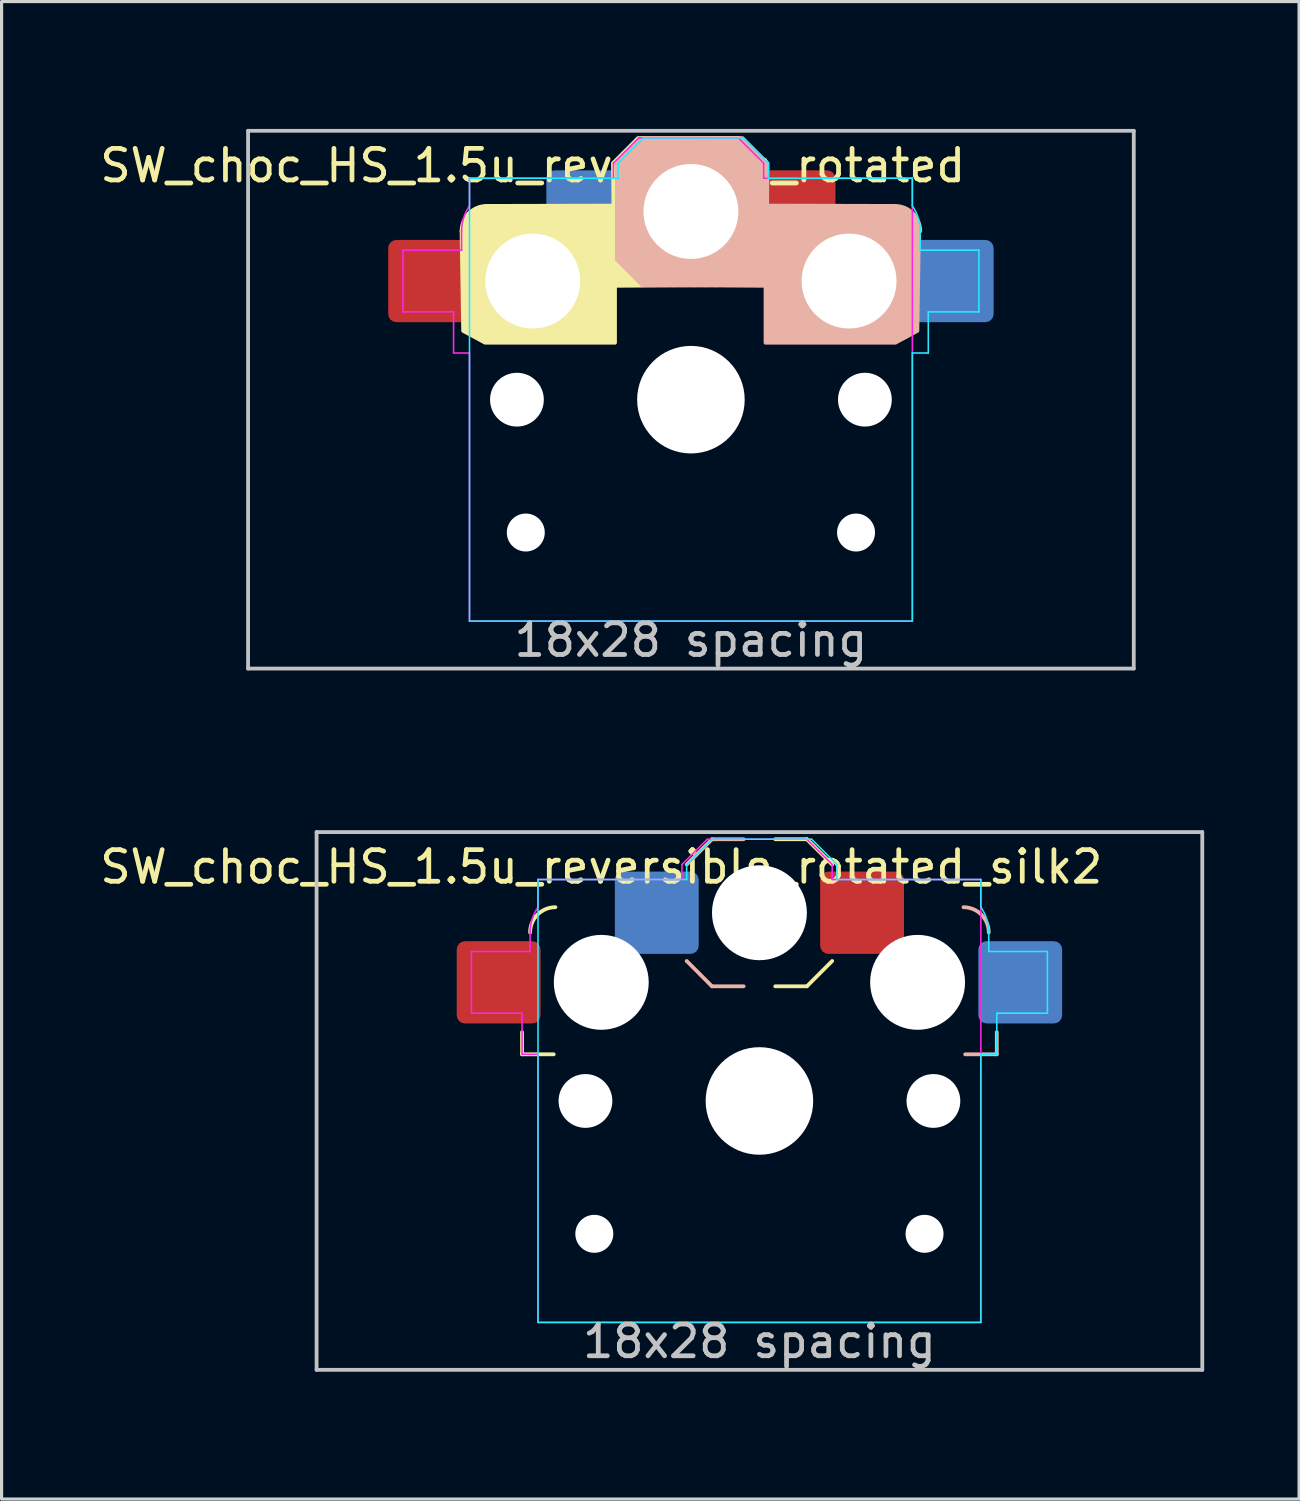
<source format=kicad_pcb>
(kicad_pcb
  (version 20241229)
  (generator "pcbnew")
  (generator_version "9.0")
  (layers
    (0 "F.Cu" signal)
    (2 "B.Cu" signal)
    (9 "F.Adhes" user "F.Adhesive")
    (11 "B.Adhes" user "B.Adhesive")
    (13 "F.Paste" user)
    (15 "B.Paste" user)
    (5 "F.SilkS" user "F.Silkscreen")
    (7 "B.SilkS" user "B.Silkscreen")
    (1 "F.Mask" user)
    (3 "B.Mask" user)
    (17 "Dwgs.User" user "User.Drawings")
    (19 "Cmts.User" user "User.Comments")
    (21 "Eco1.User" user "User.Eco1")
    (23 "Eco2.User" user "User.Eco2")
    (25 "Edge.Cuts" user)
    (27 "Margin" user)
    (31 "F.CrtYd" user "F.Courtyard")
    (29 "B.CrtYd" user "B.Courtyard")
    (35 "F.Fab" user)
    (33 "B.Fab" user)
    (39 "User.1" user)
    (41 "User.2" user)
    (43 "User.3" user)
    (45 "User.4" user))
  (footprint "SW_choc_HS_1.5u_reversible_rotated"
    (layer "F.Cu")
    (at 18.792 9.585)
    (property "Reference" "SW_choc_HS_1.5u_reversible_rotated" (at -5 -7.4 0) (layer "F.SilkS") (effects (font (size 1 1) (thickness 0.15))))
    (attr smd)
    (fp_line (start 1.5 -8.275) (end 0.5 -8.275) (stroke (width 0.12) (type solid)) (layer "F.SilkS"))
    (fp_line (start 1.5 -3.625) (end 0.5 -3.625) (stroke (width 0.12) (type solid)) (layer "F.SilkS"))
    (fp_line (start 1.5 -3.625) (end 2.3 -4.425) (stroke (width 0.12) (type solid)) (layer "F.SilkS"))
    (fp_line (start 2.3 -7.475) (end 1.5 -8.275) (stroke (width 0.12) (type solid)) (layer "F.SilkS"))
    (fp_arc (start -7.25 -5.325) (mid -7.015685 -5.890685) (end -6.45 -6.125) (stroke (width 0.12) (type solid)) (layer "F.SilkS"))
    (fp_poly (pts (xy 2.3 -7.475) (xy 2.3 -4.425) (xy 1.5 -3.625) (xy -2.4 -3.6) (xy -2.4 -1.8) (xy -6.504 -1.8) (xy -7.2 -2.175) (xy -7.25 -5.325) (xy -7.016 -5.891) (xy -6.45 -6.125) (xy -2.45 -6.135) (xy -2.456 -7) (xy -2.464 -7.475) (xy -1.669 -8.27) (xy 0.5 -8.275) (xy 1.5 -8.275)) (stroke (width 0.12) (type solid)) (fill yes) (layer "F.SilkS"))
    (fp_line (start -2.3 -7.475) (end -1.5 -8.275) (stroke (width 0.12) (type solid)) (layer "B.SilkS"))
    (fp_line (start -1.5 -8.275) (end -0.5 -8.275) (stroke (width 0.12) (type solid)) (layer "B.SilkS"))
    (fp_line (start -1.5 -3.625) (end -2.3 -4.425) (stroke (width 0.12) (type solid)) (layer "B.SilkS"))
    (fp_line (start -1.5 -3.625) (end -0.5 -3.625) (stroke (width 0.12) (type solid)) (layer "B.SilkS"))
    (fp_arc (start 6.45 -6.125) (mid 7.015685 -5.890685) (end 7.25 -5.325) (stroke (width 0.12) (type solid)) (layer "B.SilkS"))
    (fp_poly (pts (xy -2.341 -7.475) (xy -2.341 -4.425) (xy -1.541 -3.625) (xy 2.359 -3.6) (xy 2.359 -1.8) (xy 6.463 -1.8) (xy 7.159 -2.175) (xy 7.209 -5.325) (xy 6.975 -5.891) (xy 6.409 -6.125) (xy 2.409 -6.135) (xy 2.415 -7) (xy 2.423 -7.475) (xy 1.628 -8.27) (xy -0.541 -8.275) (xy -1.541 -8.275)) (stroke (width 0.12) (type solid)) (fill yes) (layer "B.SilkS"))
    (fp_line (start -14 -8.5) (end -14 8.5) (stroke (width 0.12) (type solid)) (layer "Dwgs.User"))
    (fp_line (start -14 8.5) (end 14 8.5) (stroke (width 0.12) (type solid)) (layer "Dwgs.User"))
    (fp_line (start 14 -8.5) (end -14 -8.5) (stroke (width 0.12) (type solid)) (layer "Dwgs.User"))
    (fp_line (start 14 8.5) (end 14 -8.5) (stroke (width 0.12) (type solid)) (layer "Dwgs.User"))
    (fp_line (start -14 -9.525) (end 14 -9.525) (stroke (width 0.12) (type solid)) (layer "Eco1.User"))
    (fp_line (start -14 9.525) (end -14 -9.525) (stroke (width 0.12) (type solid)) (layer "Eco1.User"))
    (fp_line (start 14 -9.525) (end 14 9.525) (stroke (width 0.12) (type solid)) (layer "Eco1.User"))
    (fp_line (start 14 9.525) (end -14 9.525) (stroke (width 0.12) (type solid)) (layer "Eco1.User"))
    (fp_line (start -6.95 -6.45) (end -6.95 6.45) (stroke (width 0.05) (type solid)) (layer "Eco2.User"))
    (fp_line (start -6.45 6.95) (end 6.45 6.95) (stroke (width 0.05) (type solid)) (layer "Eco2.User"))
    (fp_line (start 6.45 -6.95) (end -6.45 -6.95) (stroke (width 0.05) (type solid)) (layer "Eco2.User"))
    (fp_line (start 6.95 6.45) (end 6.95 -6.45) (stroke (width 0.05) (type solid)) (layer "Eco2.User"))
    (fp_arc (start -6.95 -6.45) (mid -6.803553 -6.803553) (end -6.45 -6.95) (stroke (width 0.05) (type solid)) (layer "Eco2.User"))
    (fp_arc (start -6.45 6.95) (mid -6.803553 6.803553) (end -6.95 6.45) (stroke (width 0.05) (type solid)) (layer "Eco2.User"))
    (fp_arc (start 6.45 -6.95) (mid 6.803553 -6.803553) (end 6.95 -6.45) (stroke (width 0.05) (type solid)) (layer "Eco2.User"))
    (fp_arc (start 6.95 6.45) (mid 6.803553 6.803553) (end 6.45 6.95) (stroke (width 0.05) (type solid)) (layer "Eco2.User"))
    (fp_line (start -7 -7) (end -7 7) (stroke (width 0.05) (type solid)) (layer "B.CrtYd"))
    (fp_line (start -7 7) (end 7 7) (stroke (width 0.05) (type solid)) (layer "B.CrtYd"))
    (fp_line (start -2.3 -7.475) (end -2.3 -7) (stroke (width 0.05) (type solid)) (layer "B.CrtYd"))
    (fp_line (start -2.3 -7.475) (end -1.5 -8.275) (stroke (width 0.05) (type solid)) (layer "B.CrtYd"))
    (fp_line (start -2.3 -7) (end -7 -7) (stroke (width 0.05) (type solid)) (layer "B.CrtYd"))
    (fp_line (start -1.5 -8.275) (end 1.65 -8.275) (stroke (width 0.05) (type solid)) (layer "B.CrtYd"))
    (fp_line (start 2.45 -7.475) (end 1.65 -8.275) (stroke (width 0.05) (type solid)) (layer "B.CrtYd"))
    (fp_line (start 2.45 -7.475) (end 2.45 -7) (stroke (width 0.05) (type solid)) (layer "B.CrtYd"))
    (fp_line (start 7 -7) (end 2.45 -7) (stroke (width 0.05) (type solid)) (layer "B.CrtYd"))
    (fp_line (start 7 -6.125) (end 7 -7) (stroke (width 0.05) (type solid)) (layer "B.CrtYd"))
    (fp_line (start 7 7) (end 7 -1.475) (stroke (width 0.05) (type solid)) (layer "B.CrtYd"))
    (fp_line (start 7.25 -5.325) (end 7.25 -4.725) (stroke (width 0.05) (type solid)) (layer "B.CrtYd"))
    (fp_line (start 7.25 -4.725) (end 9.104 -4.725) (stroke (width 0.05) (type solid)) (layer "B.CrtYd"))
    (fp_line (start 7.504 -1.475) (end 7 -1.475) (stroke (width 0.05) (type solid)) (layer "B.CrtYd"))
    (fp_line (start 7.504 -1.475) (end 7.504 -2.775) (stroke (width 0.05) (type solid)) (layer "B.CrtYd"))
    (fp_line (start 9.104 -4.725) (end 9.104 -2.775) (stroke (width 0.05) (type solid)) (layer "B.CrtYd"))
    (fp_line (start 9.104 -2.775) (end 7.504 -2.775) (stroke (width 0.05) (type solid)) (layer "B.CrtYd"))
    (fp_arc (start 7 -6.125) (mid 7.186044 -5.744076) (end 7.25 -5.325) (stroke (width 0.05) (type solid)) (layer "B.CrtYd"))
    (fp_line (start -9.104 -4.725) (end -9.104 -2.775) (stroke (width 0.05) (type solid)) (layer "F.CrtYd"))
    (fp_line (start -9.104 -2.775) (end -7.504 -2.775) (stroke (width 0.05) (type solid)) (layer "F.CrtYd"))
    (fp_line (start -7.504 -1.475) (end -7.504 -2.775) (stroke (width 0.05) (type solid)) (layer "F.CrtYd"))
    (fp_line (start -7.504 -1.475) (end -7 -1.475) (stroke (width 0.05) (type solid)) (layer "F.CrtYd"))
    (fp_line (start -7.25 -5.325) (end -7.25 -4.725) (stroke (width 0.05) (type solid)) (layer "F.CrtYd"))
    (fp_line (start -7.25 -4.725) (end -9.104 -4.725) (stroke (width 0.05) (type solid)) (layer "F.CrtYd"))
    (fp_line (start -7 -7) (end -2.45 -7) (stroke (width 0.05) (type solid)) (layer "F.CrtYd"))
    (fp_line (start -7 -6.125) (end -7 -7) (stroke (width 0.05) (type solid)) (layer "F.CrtYd"))
    (fp_line (start -7 7) (end -7 -1.475) (stroke (width 0.05) (type solid)) (layer "F.CrtYd"))
    (fp_line (start -2.45 -7.475) (end -2.45 -7) (stroke (width 0.05) (type solid)) (layer "F.CrtYd"))
    (fp_line (start -2.45 -7.475) (end -1.65 -8.275) (stroke (width 0.05) (type solid)) (layer "F.CrtYd"))
    (fp_line (start 1.5 -8.275) (end -1.65 -8.275) (stroke (width 0.05) (type solid)) (layer "F.CrtYd"))
    (fp_line (start 2.3 -7.475) (end 1.5 -8.275) (stroke (width 0.05) (type solid)) (layer "F.CrtYd"))
    (fp_line (start 2.3 -7.475) (end 2.3 -7) (stroke (width 0.05) (type solid)) (layer "F.CrtYd"))
    (fp_line (start 2.3 -7) (end 7 -7) (stroke (width 0.05) (type solid)) (layer "F.CrtYd"))
    (fp_line (start 7 -7) (end 7 7) (stroke (width 0.05) (type solid)) (layer "F.CrtYd"))
    (fp_line (start 7 7) (end -7 7) (stroke (width 0.05) (type solid)) (layer "F.CrtYd"))
    (fp_arc (start -7.25 -5.325) (mid -7.186044 -5.744076) (end -7 -6.125) (stroke (width 0.05) (type solid)) (layer "F.CrtYd"))
    (fp_text user "18x28 spacing" (at 0 7.6 0) (layer "Dwgs.User") (effects (font (size 1 1) (thickness 0.15))))
    (fp_text user "19.05 spacing" (at 0 8.7 0) (layer "Eco1.User") (effects (font (size 1 1) (thickness 0.15))))
    (pad "" np_thru_hole circle (at -5.5 0) (size 1.7 1.7) (drill 1.7) (layers "*.Cu" "*.Mask"))
    (pad "" np_thru_hole circle (at -5.22 4.2) (size 1.2 1.2) (drill 1.2) (layers "*.Cu" "*.Mask"))
    (pad "" np_thru_hole circle (at -5 -3.75 180) (size 3 3) (drill 3) (layers "*.Cu" "*.Mask"))
    (pad "" np_thru_hole circle (at 0 -5.95 180) (size 3 3) (drill 3) (layers "*.Cu" "*.Mask"))
    (pad "" np_thru_hole circle (at 0 0) (size 3.4 3.4) (drill 3.4) (layers "*.Cu" "*.Mask"))
    (pad "" np_thru_hole circle (at 5 -3.75 180) (size 3 3) (drill 3) (layers "*.Cu" "*.Mask"))
    (pad "" np_thru_hole circle (at 5.22 4.2) (size 1.2 1.2) (drill 1.2) (layers "*.Cu" "*.Mask"))
    (pad "" np_thru_hole circle (at 5.5 0) (size 1.7 1.7) (drill 1.7) (layers "*.Cu" "*.Mask"))
    (pad "1" smd roundrect (at -8.245 -3.75 180) (size 2.65 2.6) (layers "F.Cu" "F.Mask" "F.Paste") (roundrect_rratio 0.1))
    (pad "1" smd roundrect (at 8.245 -3.75 180) (size 2.65 2.6) (layers "B.Cu" "B.Mask" "B.Paste") (roundrect_rratio 0.1))
    (pad "2" smd roundrect (at -3.245 -5.95 180) (size 2.65 2.6) (layers "B.Cu" "B.Mask" "B.Paste") (roundrect_rratio 0.1))
    (pad "2" smd roundrect (at 3.245 -5.95 180) (size 2.65 2.6) (layers "F.Cu" "F.Mask" "F.Paste") (roundrect_rratio 0.1)))
  (footprint "SW_choc_HS_1.5u_reversible_rotated_silk2"
    (layer "F.Cu")
    (at 20.958 31.755)
    (property "Reference" "SW_choc_HS_1.5u_reversible_rotated_silk2" (at -5 -7.4 0) (layer "F.SilkS") (effects (font (size 1 1) (thickness 0.15))))
    (attr smd)
    (fp_line (start -7.504 -1.475) (end -7.504 -2.175) (stroke (width 0.12) (type solid)) (layer "F.SilkS"))
    (fp_line (start -7.504 -1.475) (end -6.504 -1.475) (stroke (width 0.12) (type solid)) (layer "F.SilkS"))
    (fp_line (start 1.5 -8.275) (end 0.5 -8.275) (stroke (width 0.12) (type solid)) (layer "F.SilkS"))
    (fp_line (start 1.5 -3.625) (end 0.5 -3.625) (stroke (width 0.12) (type solid)) (layer "F.SilkS"))
    (fp_line (start 1.5 -3.625) (end 2.3 -4.425) (stroke (width 0.12) (type solid)) (layer "F.SilkS"))
    (fp_line (start 2.3 -7.475) (end 1.5 -8.275) (stroke (width 0.12) (type solid)) (layer "F.SilkS"))
    (fp_arc (start -7.25 -5.325) (mid -7.015685 -5.890685) (end -6.45 -6.125) (stroke (width 0.12) (type solid)) (layer "F.SilkS"))
    (fp_line (start -2.3 -7.475) (end -1.5 -8.275) (stroke (width 0.12) (type solid)) (layer "B.SilkS"))
    (fp_line (start -1.5 -8.275) (end -0.5 -8.275) (stroke (width 0.12) (type solid)) (layer "B.SilkS"))
    (fp_line (start -1.5 -3.625) (end -2.3 -4.425) (stroke (width 0.12) (type solid)) (layer "B.SilkS"))
    (fp_line (start -1.5 -3.625) (end -0.5 -3.625) (stroke (width 0.12) (type solid)) (layer "B.SilkS"))
    (fp_line (start 7.504 -1.475) (end 6.504 -1.475) (stroke (width 0.12) (type solid)) (layer "B.SilkS"))
    (fp_line (start 7.504 -1.475) (end 7.504 -2.175) (stroke (width 0.12) (type solid)) (layer "B.SilkS"))
    (fp_arc (start 6.45 -6.125) (mid 7.015685 -5.890685) (end 7.25 -5.325) (stroke (width 0.12) (type solid)) (layer "B.SilkS"))
    (fp_line (start -14 -8.5) (end -14 8.5) (stroke (width 0.12) (type solid)) (layer "Dwgs.User"))
    (fp_line (start -14 8.5) (end 14 8.5) (stroke (width 0.12) (type solid)) (layer "Dwgs.User"))
    (fp_line (start 14 -8.5) (end -14 -8.5) (stroke (width 0.12) (type solid)) (layer "Dwgs.User"))
    (fp_line (start 14 8.5) (end 14 -8.5) (stroke (width 0.12) (type solid)) (layer "Dwgs.User"))
    (fp_line (start -14 -9.525) (end 14 -9.525) (stroke (width 0.12) (type solid)) (layer "Eco1.User"))
    (fp_line (start -14 9.525) (end -14 -9.525) (stroke (width 0.12) (type solid)) (layer "Eco1.User"))
    (fp_line (start 14 -9.525) (end 14 9.525) (stroke (width 0.12) (type solid)) (layer "Eco1.User"))
    (fp_line (start 14 9.525) (end -14 9.525) (stroke (width 0.12) (type solid)) (layer "Eco1.User"))
    (fp_line (start -6.95 -6.45) (end -6.95 6.45) (stroke (width 0.05) (type solid)) (layer "Eco2.User"))
    (fp_line (start -6.45 6.95) (end 6.45 6.95) (stroke (width 0.05) (type solid)) (layer "Eco2.User"))
    (fp_line (start 6.45 -6.95) (end -6.45 -6.95) (stroke (width 0.05) (type solid)) (layer "Eco2.User"))
    (fp_line (start 6.95 6.45) (end 6.95 -6.45) (stroke (width 0.05) (type solid)) (layer "Eco2.User"))
    (fp_arc (start -6.95 -6.45) (mid -6.803553 -6.803553) (end -6.45 -6.95) (stroke (width 0.05) (type solid)) (layer "Eco2.User"))
    (fp_arc (start -6.45 6.95) (mid -6.803553 6.803553) (end -6.95 6.45) (stroke (width 0.05) (type solid)) (layer "Eco2.User"))
    (fp_arc (start 6.45 -6.95) (mid 6.803553 -6.803553) (end 6.95 -6.45) (stroke (width 0.05) (type solid)) (layer "Eco2.User"))
    (fp_arc (start 6.95 6.45) (mid 6.803553 6.803553) (end 6.45 6.95) (stroke (width 0.05) (type solid)) (layer "Eco2.User"))
    (fp_line (start -7 -7) (end -7 7) (stroke (width 0.05) (type solid)) (layer "B.CrtYd"))
    (fp_line (start -7 7) (end 7 7) (stroke (width 0.05) (type solid)) (layer "B.CrtYd"))
    (fp_line (start -2.3 -7.475) (end -2.3 -7) (stroke (width 0.05) (type solid)) (layer "B.CrtYd"))
    (fp_line (start -2.3 -7.475) (end -1.5 -8.275) (stroke (width 0.05) (type solid)) (layer "B.CrtYd"))
    (fp_line (start -2.3 -7) (end -7 -7) (stroke (width 0.05) (type solid)) (layer "B.CrtYd"))
    (fp_line (start -1.5 -8.275) (end 1.65 -8.275) (stroke (width 0.05) (type solid)) (layer "B.CrtYd"))
    (fp_line (start 2.45 -7.475) (end 1.65 -8.275) (stroke (width 0.05) (type solid)) (layer "B.CrtYd"))
    (fp_line (start 2.45 -7.475) (end 2.45 -7) (stroke (width 0.05) (type solid)) (layer "B.CrtYd"))
    (fp_line (start 7 -7) (end 2.45 -7) (stroke (width 0.05) (type solid)) (layer "B.CrtYd"))
    (fp_line (start 7 -6.125) (end 7 -7) (stroke (width 0.05) (type solid)) (layer "B.CrtYd"))
    (fp_line (start 7 7) (end 7 -1.475) (stroke (width 0.05) (type solid)) (layer "B.CrtYd"))
    (fp_line (start 7.25 -5.325) (end 7.25 -4.725) (stroke (width 0.05) (type solid)) (layer "B.CrtYd"))
    (fp_line (start 7.25 -4.725) (end 9.104 -4.725) (stroke (width 0.05) (type solid)) (layer "B.CrtYd"))
    (fp_line (start 7.504 -1.475) (end 7 -1.475) (stroke (width 0.05) (type solid)) (layer "B.CrtYd"))
    (fp_line (start 7.504 -1.475) (end 7.504 -2.775) (stroke (width 0.05) (type solid)) (layer "B.CrtYd"))
    (fp_line (start 9.104 -4.725) (end 9.104 -2.775) (stroke (width 0.05) (type solid)) (layer "B.CrtYd"))
    (fp_line (start 9.104 -2.775) (end 7.504 -2.775) (stroke (width 0.05) (type solid)) (layer "B.CrtYd"))
    (fp_arc (start 7 -6.125) (mid 7.186044 -5.744076) (end 7.25 -5.325) (stroke (width 0.05) (type solid)) (layer "B.CrtYd"))
    (fp_line (start -9.104 -4.725) (end -9.104 -2.775) (stroke (width 0.05) (type solid)) (layer "F.CrtYd"))
    (fp_line (start -9.104 -2.775) (end -7.504 -2.775) (stroke (width 0.05) (type solid)) (layer "F.CrtYd"))
    (fp_line (start -7.504 -1.475) (end -7.504 -2.775) (stroke (width 0.05) (type solid)) (layer "F.CrtYd"))
    (fp_line (start -7.504 -1.475) (end -7 -1.475) (stroke (width 0.05) (type solid)) (layer "F.CrtYd"))
    (fp_line (start -7.25 -5.325) (end -7.25 -4.725) (stroke (width 0.05) (type solid)) (layer "F.CrtYd"))
    (fp_line (start -7.25 -4.725) (end -9.104 -4.725) (stroke (width 0.05) (type solid)) (layer "F.CrtYd"))
    (fp_line (start -7 -7) (end -2.45 -7) (stroke (width 0.05) (type solid)) (layer "F.CrtYd"))
    (fp_line (start -7 -6.125) (end -7 -7) (stroke (width 0.05) (type solid)) (layer "F.CrtYd"))
    (fp_line (start -7 7) (end -7 -1.475) (stroke (width 0.05) (type solid)) (layer "F.CrtYd"))
    (fp_line (start -2.45 -7.475) (end -2.45 -7) (stroke (width 0.05) (type solid)) (layer "F.CrtYd"))
    (fp_line (start -2.45 -7.475) (end -1.65 -8.275) (stroke (width 0.05) (type solid)) (layer "F.CrtYd"))
    (fp_line (start 1.5 -8.275) (end -1.65 -8.275) (stroke (width 0.05) (type solid)) (layer "F.CrtYd"))
    (fp_line (start 2.3 -7.475) (end 1.5 -8.275) (stroke (width 0.05) (type solid)) (layer "F.CrtYd"))
    (fp_line (start 2.3 -7.475) (end 2.3 -7) (stroke (width 0.05) (type solid)) (layer "F.CrtYd"))
    (fp_line (start 2.3 -7) (end 7 -7) (stroke (width 0.05) (type solid)) (layer "F.CrtYd"))
    (fp_line (start 7 -7) (end 7 7) (stroke (width 0.05) (type solid)) (layer "F.CrtYd"))
    (fp_line (start 7 7) (end -7 7) (stroke (width 0.05) (type solid)) (layer "F.CrtYd"))
    (fp_arc (start -7.25 -5.325) (mid -7.186044 -5.744076) (end -7 -6.125) (stroke (width 0.05) (type solid)) (layer "F.CrtYd"))
    (fp_text user "18x28 spacing" (at 0 7.6 0) (layer "Dwgs.User") (effects (font (size 1 1) (thickness 0.15))))
    (fp_text user "19.05 spacing" (at 0 8.7 0) (layer "Eco1.User") (effects (font (size 1 1) (thickness 0.15))))
    (pad "" np_thru_hole circle (at -5.5 0) (size 1.7 1.7) (drill 1.7) (layers "*.Cu" "*.Mask"))
    (pad "" np_thru_hole circle (at -5.22 4.2) (size 1.2 1.2) (drill 1.2) (layers "*.Cu" "*.Mask"))
    (pad "" np_thru_hole circle (at -5 -3.75 180) (size 3 3) (drill 3) (layers "*.Cu" "*.Mask"))
    (pad "" np_thru_hole circle (at 0 -5.95 180) (size 3 3) (drill 3) (layers "*.Cu" "*.Mask"))
    (pad "" np_thru_hole circle (at 0 0) (size 3.4 3.4) (drill 3.4) (layers "*.Cu" "*.Mask"))
    (pad "" np_thru_hole circle (at 5 -3.75 180) (size 3 3) (drill 3) (layers "*.Cu" "*.Mask"))
    (pad "" np_thru_hole circle (at 5.22 4.2) (size 1.2 1.2) (drill 1.2) (layers "*.Cu" "*.Mask"))
    (pad "" np_thru_hole circle (at 5.5 0) (size 1.7 1.7) (drill 1.7) (layers "*.Cu" "*.Mask"))
    (pad "1" smd roundrect (at -8.245 -3.75 180) (size 2.65 2.6) (layers "F.Cu" "F.Mask" "F.Paste") (roundrect_rratio 0.1))
    (pad "1" smd roundrect (at 8.245 -3.75 180) (size 2.65 2.6) (layers "B.Cu" "B.Mask" "B.Paste") (roundrect_rratio 0.1))
    (pad "2" smd roundrect (at -3.245 -5.95 180) (size 2.65 2.6) (layers "B.Cu" "B.Mask" "B.Paste") (roundrect_rratio 0.1))
    (pad "2" smd roundrect (at 3.245 -5.95 180) (size 2.65 2.6) (layers "F.Cu" "F.Mask" "F.Paste") (roundrect_rratio 0.1)))
  (gr_rect
    (start -3 -3)
    (end 38.018 44.34)
    (stroke (width 0.1) (type default))
    (fill no)
    (layer "Edge.Cuts")))
</source>
